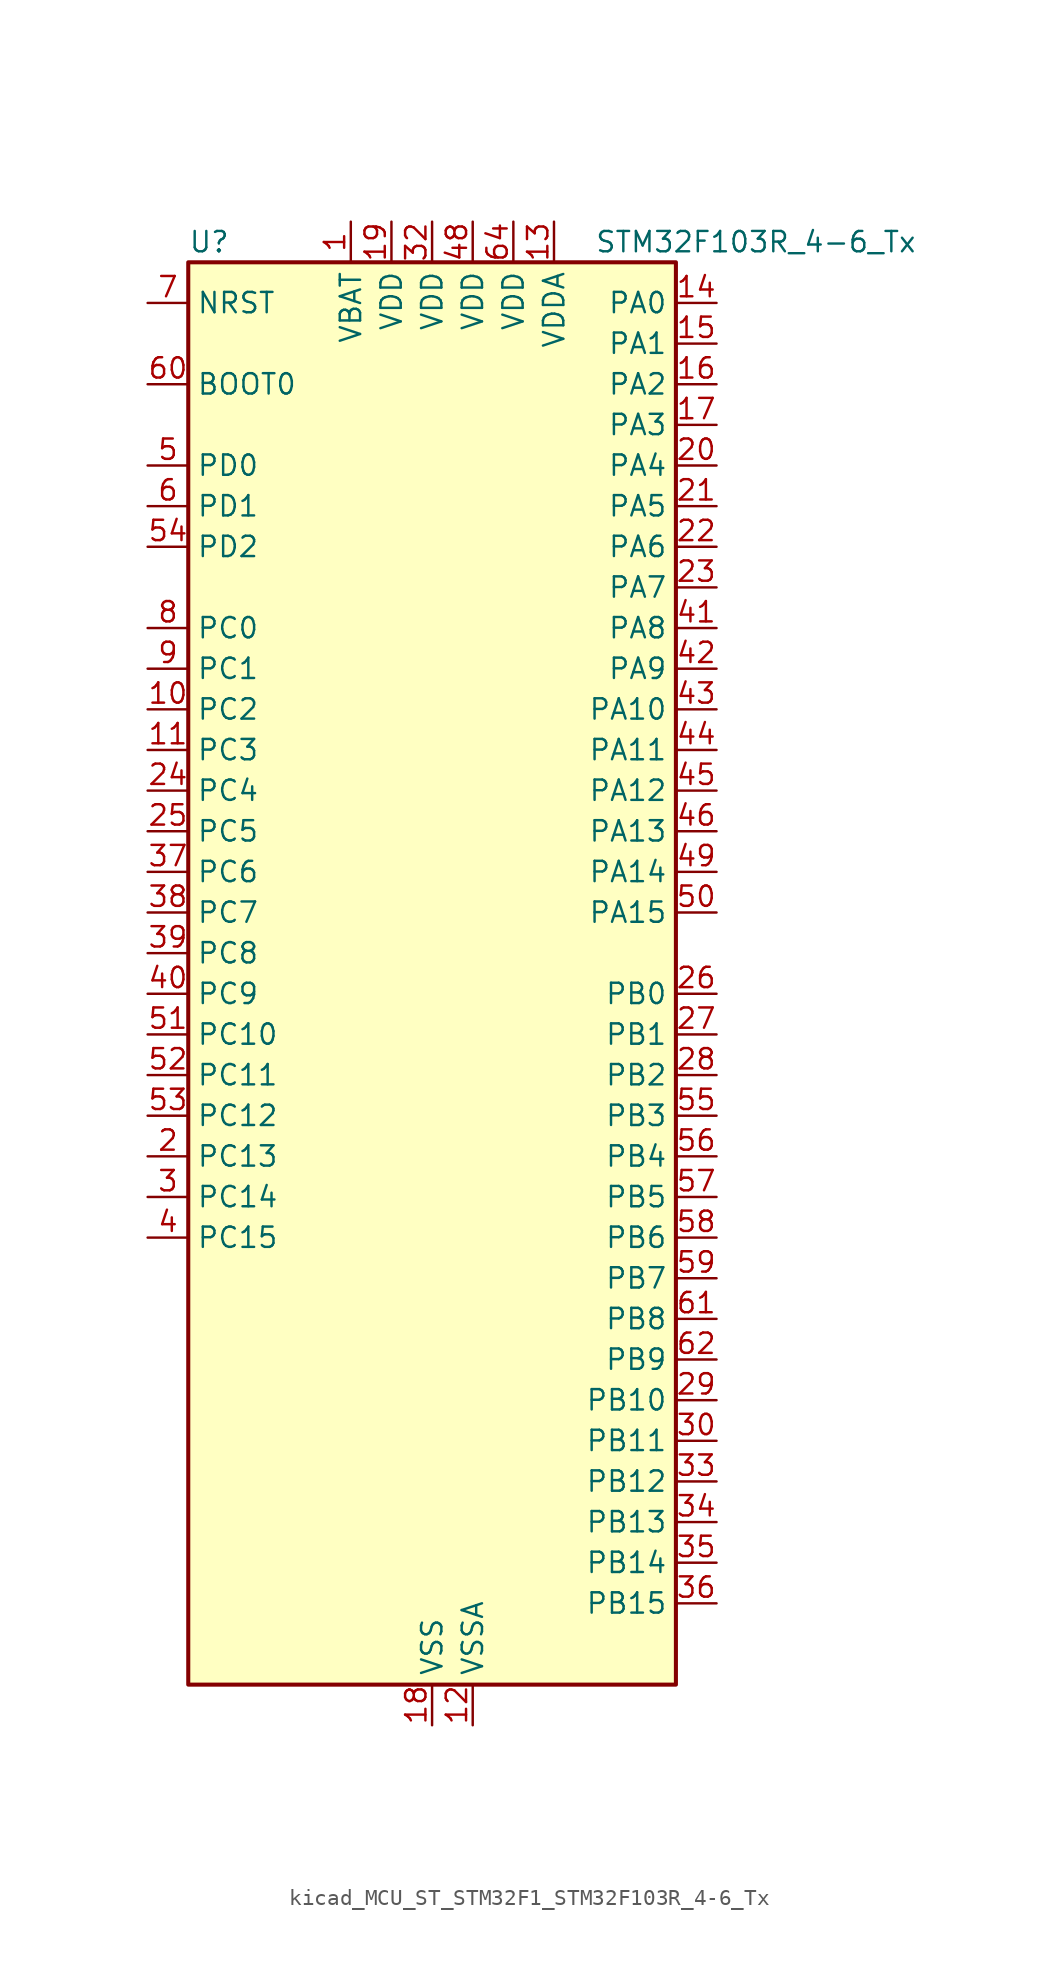
<source format=kicad_sym>
(kicad_symbol_lib
  (version 20220914)
  (generator kicad_symbol_editor)
  (symbol "kicad_MCU_ST_STM32F1_STM32F103R_4-6_Tx"
    (property "Reference" "U"
      (at -15.24 46.99 0)
      (effects (font (size 1.27 1.27)) (justify left)))
    (property "Value" "STM32F103R_4-6_Tx"
      (at 10.16 46.99 0)
      (effects (font (size 1.27 1.27)) (justify left)))
    (property "ki_locked" ""
      (at 0 0 0)
      (effects (font (size 1.27 1.27))))
    (symbol "kicad_MCU_ST_STM32F1_STM32F103R_4-6_Tx_0_1"
      (rectangle (start -15.24 -43.18) (end 15.24 45.72) (stroke (width 0.254) (type default)) (fill (type background))))
    (symbol "kicad_MCU_ST_STM32F1_STM32F103R_4-6_Tx_1_1"
      (pin power_in line (at -5.08 48.26 270) (length 2.54) (name "VBAT" (effects (font (size 1.27 1.27)))) (number "1" (effects (font (size 1.27 1.27)))))
      (pin bidirectional line (at -17.78 17.78 0) (length 2.54) (name "PC2" (effects (font (size 1.27 1.27)))) (number "10" (effects (font (size 1.27 1.27)))) (alternate "ADC1_IN12" bidirectional line) (alternate "ADC2_IN12" bidirectional line))
      (pin bidirectional line (at -17.78 15.24 0) (length 2.54) (name "PC3" (effects (font (size 1.27 1.27)))) (number "11" (effects (font (size 1.27 1.27)))) (alternate "ADC1_IN13" bidirectional line) (alternate "ADC2_IN13" bidirectional line))
      (pin power_in line (at 2.54 -45.72 90) (length 2.54) (name "VSSA" (effects (font (size 1.27 1.27)))) (number "12" (effects (font (size 1.27 1.27)))))
      (pin power_in line (at 7.62 48.26 270) (length 2.54) (name "VDDA" (effects (font (size 1.27 1.27)))) (number "13" (effects (font (size 1.27 1.27)))))
      (pin bidirectional line (at 17.78 43.18 180) (length 2.54) (name "PA0" (effects (font (size 1.27 1.27)))) (number "14" (effects (font (size 1.27 1.27)))) (alternate "ADC1_IN0" bidirectional line) (alternate "ADC2_IN0" bidirectional line) (alternate "SYS_WKUP" bidirectional line) (alternate "TIM2_CH1" bidirectional line) (alternate "TIM2_ETR" bidirectional line) (alternate "USART2_CTS" bidirectional line))
      (pin bidirectional line (at 17.78 40.64 180) (length 2.54) (name "PA1" (effects (font (size 1.27 1.27)))) (number "15" (effects (font (size 1.27 1.27)))) (alternate "ADC1_IN1" bidirectional line) (alternate "ADC2_IN1" bidirectional line) (alternate "TIM2_CH2" bidirectional line) (alternate "USART2_RTS" bidirectional line))
      (pin bidirectional line (at 17.78 38.1 180) (length 2.54) (name "PA2" (effects (font (size 1.27 1.27)))) (number "16" (effects (font (size 1.27 1.27)))) (alternate "ADC1_IN2" bidirectional line) (alternate "ADC2_IN2" bidirectional line) (alternate "TIM2_CH3" bidirectional line) (alternate "USART2_TX" bidirectional line))
      (pin bidirectional line (at 17.78 35.56 180) (length 2.54) (name "PA3" (effects (font (size 1.27 1.27)))) (number "17" (effects (font (size 1.27 1.27)))) (alternate "ADC1_IN3" bidirectional line) (alternate "ADC2_IN3" bidirectional line) (alternate "TIM2_CH4" bidirectional line) (alternate "USART2_RX" bidirectional line))
      (pin power_in line (at 0 -45.72 90) (length 2.54) (name "VSS" (effects (font (size 1.27 1.27)))) (number "18" (effects (font (size 1.27 1.27)))))
      (pin power_in line (at -2.54 48.26 270) (length 2.54) (name "VDD" (effects (font (size 1.27 1.27)))) (number "19" (effects (font (size 1.27 1.27)))))
      (pin bidirectional line (at -17.78 -10.16 0) (length 2.54) (name "PC13" (effects (font (size 1.27 1.27)))) (number "2" (effects (font (size 1.27 1.27)))) (alternate "RTC_OUT" bidirectional line) (alternate "RTC_TAMPER" bidirectional line))
      (pin bidirectional line (at 17.78 33.02 180) (length 2.54) (name "PA4" (effects (font (size 1.27 1.27)))) (number "20" (effects (font (size 1.27 1.27)))) (alternate "ADC1_IN4" bidirectional line) (alternate "ADC2_IN4" bidirectional line) (alternate "SPI1_NSS" bidirectional line) (alternate "USART2_CK" bidirectional line))
      (pin bidirectional line (at 17.78 30.48 180) (length 2.54) (name "PA5" (effects (font (size 1.27 1.27)))) (number "21" (effects (font (size 1.27 1.27)))) (alternate "ADC1_IN5" bidirectional line) (alternate "ADC2_IN5" bidirectional line) (alternate "SPI1_SCK" bidirectional line))
      (pin bidirectional line (at 17.78 27.94 180) (length 2.54) (name "PA6" (effects (font (size 1.27 1.27)))) (number "22" (effects (font (size 1.27 1.27)))) (alternate "ADC1_IN6" bidirectional line) (alternate "ADC2_IN6" bidirectional line) (alternate "SPI1_MISO" bidirectional line) (alternate "TIM1_BKIN" bidirectional line) (alternate "TIM3_CH1" bidirectional line))
      (pin bidirectional line (at 17.78 25.4 180) (length 2.54) (name "PA7" (effects (font (size 1.27 1.27)))) (number "23" (effects (font (size 1.27 1.27)))) (alternate "ADC1_IN7" bidirectional line) (alternate "ADC2_IN7" bidirectional line) (alternate "SPI1_MOSI" bidirectional line) (alternate "TIM1_CH1N" bidirectional line) (alternate "TIM3_CH2" bidirectional line))
      (pin bidirectional line (at -17.78 12.7 0) (length 2.54) (name "PC4" (effects (font (size 1.27 1.27)))) (number "24" (effects (font (size 1.27 1.27)))) (alternate "ADC1_IN14" bidirectional line) (alternate "ADC2_IN14" bidirectional line))
      (pin bidirectional line (at -17.78 10.16 0) (length 2.54) (name "PC5" (effects (font (size 1.27 1.27)))) (number "25" (effects (font (size 1.27 1.27)))) (alternate "ADC1_IN15" bidirectional line) (alternate "ADC2_IN15" bidirectional line))
      (pin bidirectional line (at 17.78 0 180) (length 2.54) (name "PB0" (effects (font (size 1.27 1.27)))) (number "26" (effects (font (size 1.27 1.27)))) (alternate "ADC1_IN8" bidirectional line) (alternate "ADC2_IN8" bidirectional line) (alternate "TIM1_CH2N" bidirectional line) (alternate "TIM3_CH3" bidirectional line))
      (pin bidirectional line (at 17.78 -2.54 180) (length 2.54) (name "PB1" (effects (font (size 1.27 1.27)))) (number "27" (effects (font (size 1.27 1.27)))) (alternate "ADC1_IN9" bidirectional line) (alternate "ADC2_IN9" bidirectional line) (alternate "TIM1_CH3N" bidirectional line) (alternate "TIM3_CH4" bidirectional line))
      (pin bidirectional line (at 17.78 -5.08 180) (length 2.54) (name "PB2" (effects (font (size 1.27 1.27)))) (number "28" (effects (font (size 1.27 1.27)))))
      (pin bidirectional line (at 17.78 -25.4 180) (length 2.54) (name "PB10" (effects (font (size 1.27 1.27)))) (number "29" (effects (font (size 1.27 1.27)))) (alternate "TIM2_CH3" bidirectional line))
      (pin bidirectional line (at -17.78 -12.7 0) (length 2.54) (name "PC14" (effects (font (size 1.27 1.27)))) (number "3" (effects (font (size 1.27 1.27)))) (alternate "RCC_OSC32_IN" bidirectional line))
      (pin bidirectional line (at 17.78 -27.94 180) (length 2.54) (name "PB11" (effects (font (size 1.27 1.27)))) (number "30" (effects (font (size 1.27 1.27)))) (alternate "ADC1_EXTI11" bidirectional line) (alternate "ADC2_EXTI11" bidirectional line) (alternate "TIM2_CH4" bidirectional line))
      (pin passive line (at 0 -45.72 90) (length 2.54) hide (name "VSS" (effects (font (size 1.27 1.27)))) (number "31" (effects (font (size 1.27 1.27)))))
      (pin power_in line (at 0 48.26 270) (length 2.54) (name "VDD" (effects (font (size 1.27 1.27)))) (number "32" (effects (font (size 1.27 1.27)))))
      (pin bidirectional line (at 17.78 -30.48 180) (length 2.54) (name "PB12" (effects (font (size 1.27 1.27)))) (number "33" (effects (font (size 1.27 1.27)))) (alternate "TIM1_BKIN" bidirectional line))
      (pin bidirectional line (at 17.78 -33.02 180) (length 2.54) (name "PB13" (effects (font (size 1.27 1.27)))) (number "34" (effects (font (size 1.27 1.27)))) (alternate "TIM1_CH1N" bidirectional line))
      (pin bidirectional line (at 17.78 -35.56 180) (length 2.54) (name "PB14" (effects (font (size 1.27 1.27)))) (number "35" (effects (font (size 1.27 1.27)))) (alternate "TIM1_CH2N" bidirectional line))
      (pin bidirectional line (at 17.78 -38.1 180) (length 2.54) (name "PB15" (effects (font (size 1.27 1.27)))) (number "36" (effects (font (size 1.27 1.27)))) (alternate "ADC1_EXTI15" bidirectional line) (alternate "ADC2_EXTI15" bidirectional line) (alternate "TIM1_CH3N" bidirectional line))
      (pin bidirectional line (at -17.78 7.62 0) (length 2.54) (name "PC6" (effects (font (size 1.27 1.27)))) (number "37" (effects (font (size 1.27 1.27)))) (alternate "TIM3_CH1" bidirectional line))
      (pin bidirectional line (at -17.78 5.08 0) (length 2.54) (name "PC7" (effects (font (size 1.27 1.27)))) (number "38" (effects (font (size 1.27 1.27)))) (alternate "TIM3_CH2" bidirectional line))
      (pin bidirectional line (at -17.78 2.54 0) (length 2.54) (name "PC8" (effects (font (size 1.27 1.27)))) (number "39" (effects (font (size 1.27 1.27)))) (alternate "TIM3_CH3" bidirectional line))
      (pin bidirectional line (at -17.78 -15.24 0) (length 2.54) (name "PC15" (effects (font (size 1.27 1.27)))) (number "4" (effects (font (size 1.27 1.27)))) (alternate "ADC1_EXTI15" bidirectional line) (alternate "ADC2_EXTI15" bidirectional line) (alternate "RCC_OSC32_OUT" bidirectional line))
      (pin bidirectional line (at -17.78 0 0) (length 2.54) (name "PC9" (effects (font (size 1.27 1.27)))) (number "40" (effects (font (size 1.27 1.27)))) (alternate "TIM3_CH4" bidirectional line))
      (pin bidirectional line (at 17.78 22.86 180) (length 2.54) (name "PA8" (effects (font (size 1.27 1.27)))) (number "41" (effects (font (size 1.27 1.27)))) (alternate "RCC_MCO" bidirectional line) (alternate "TIM1_CH1" bidirectional line) (alternate "USART1_CK" bidirectional line))
      (pin bidirectional line (at 17.78 20.32 180) (length 2.54) (name "PA9" (effects (font (size 1.27 1.27)))) (number "42" (effects (font (size 1.27 1.27)))) (alternate "TIM1_CH2" bidirectional line) (alternate "USART1_TX" bidirectional line))
      (pin bidirectional line (at 17.78 17.78 180) (length 2.54) (name "PA10" (effects (font (size 1.27 1.27)))) (number "43" (effects (font (size 1.27 1.27)))) (alternate "TIM1_CH3" bidirectional line) (alternate "USART1_RX" bidirectional line))
      (pin bidirectional line (at 17.78 15.24 180) (length 2.54) (name "PA11" (effects (font (size 1.27 1.27)))) (number "44" (effects (font (size 1.27 1.27)))) (alternate "ADC1_EXTI11" bidirectional line) (alternate "ADC2_EXTI11" bidirectional line) (alternate "CAN_RX" bidirectional line) (alternate "TIM1_CH4" bidirectional line) (alternate "USART1_CTS" bidirectional line) (alternate "USB_DM" bidirectional line))
      (pin bidirectional line (at 17.78 12.7 180) (length 2.54) (name "PA12" (effects (font (size 1.27 1.27)))) (number "45" (effects (font (size 1.27 1.27)))) (alternate "CAN_TX" bidirectional line) (alternate "TIM1_ETR" bidirectional line) (alternate "USART1_RTS" bidirectional line) (alternate "USB_DP" bidirectional line))
      (pin bidirectional line (at 17.78 10.16 180) (length 2.54) (name "PA13" (effects (font (size 1.27 1.27)))) (number "46" (effects (font (size 1.27 1.27)))) (alternate "SYS_JTMS-SWDIO" bidirectional line))
      (pin passive line (at 0 -45.72 90) (length 2.54) hide (name "VSS" (effects (font (size 1.27 1.27)))) (number "47" (effects (font (size 1.27 1.27)))))
      (pin power_in line (at 2.54 48.26 270) (length 2.54) (name "VDD" (effects (font (size 1.27 1.27)))) (number "48" (effects (font (size 1.27 1.27)))))
      (pin bidirectional line (at 17.78 7.62 180) (length 2.54) (name "PA14" (effects (font (size 1.27 1.27)))) (number "49" (effects (font (size 1.27 1.27)))) (alternate "SYS_JTCK-SWCLK" bidirectional line))
      (pin bidirectional line (at -17.78 33.02 0) (length 2.54) (name "PD0" (effects (font (size 1.27 1.27)))) (number "5" (effects (font (size 1.27 1.27)))) (alternate "RCC_OSC_IN" bidirectional line))
      (pin bidirectional line (at 17.78 5.08 180) (length 2.54) (name "PA15" (effects (font (size 1.27 1.27)))) (number "50" (effects (font (size 1.27 1.27)))) (alternate "ADC1_EXTI15" bidirectional line) (alternate "ADC2_EXTI15" bidirectional line) (alternate "SPI1_NSS" bidirectional line) (alternate "SYS_JTDI" bidirectional line) (alternate "TIM2_CH1" bidirectional line) (alternate "TIM2_ETR" bidirectional line))
      (pin bidirectional line (at -17.78 -2.54 0) (length 2.54) (name "PC10" (effects (font (size 1.27 1.27)))) (number "51" (effects (font (size 1.27 1.27)))))
      (pin bidirectional line (at -17.78 -5.08 0) (length 2.54) (name "PC11" (effects (font (size 1.27 1.27)))) (number "52" (effects (font (size 1.27 1.27)))) (alternate "ADC1_EXTI11" bidirectional line) (alternate "ADC2_EXTI11" bidirectional line))
      (pin bidirectional line (at -17.78 -7.62 0) (length 2.54) (name "PC12" (effects (font (size 1.27 1.27)))) (number "53" (effects (font (size 1.27 1.27)))))
      (pin bidirectional line (at -17.78 27.94 0) (length 2.54) (name "PD2" (effects (font (size 1.27 1.27)))) (number "54" (effects (font (size 1.27 1.27)))) (alternate "TIM3_ETR" bidirectional line))
      (pin bidirectional line (at 17.78 -7.62 180) (length 2.54) (name "PB3" (effects (font (size 1.27 1.27)))) (number "55" (effects (font (size 1.27 1.27)))) (alternate "SPI1_SCK" bidirectional line) (alternate "SYS_JTDO-TRACESWO" bidirectional line) (alternate "TIM2_CH2" bidirectional line))
      (pin bidirectional line (at 17.78 -10.16 180) (length 2.54) (name "PB4" (effects (font (size 1.27 1.27)))) (number "56" (effects (font (size 1.27 1.27)))) (alternate "SPI1_MISO" bidirectional line) (alternate "SYS_NJTRST" bidirectional line) (alternate "TIM3_CH1" bidirectional line))
      (pin bidirectional line (at 17.78 -12.7 180) (length 2.54) (name "PB5" (effects (font (size 1.27 1.27)))) (number "57" (effects (font (size 1.27 1.27)))) (alternate "I2C1_SMBA" bidirectional line) (alternate "SPI1_MOSI" bidirectional line) (alternate "TIM3_CH2" bidirectional line))
      (pin bidirectional line (at 17.78 -15.24 180) (length 2.54) (name "PB6" (effects (font (size 1.27 1.27)))) (number "58" (effects (font (size 1.27 1.27)))) (alternate "I2C1_SCL" bidirectional line) (alternate "USART1_TX" bidirectional line))
      (pin bidirectional line (at 17.78 -17.78 180) (length 2.54) (name "PB7" (effects (font (size 1.27 1.27)))) (number "59" (effects (font (size 1.27 1.27)))) (alternate "I2C1_SDA" bidirectional line) (alternate "USART1_RX" bidirectional line))
      (pin bidirectional line (at -17.78 30.48 0) (length 2.54) (name "PD1" (effects (font (size 1.27 1.27)))) (number "6" (effects (font (size 1.27 1.27)))) (alternate "RCC_OSC_OUT" bidirectional line))
      (pin input line (at -17.78 38.1 0) (length 2.54) (name "BOOT0" (effects (font (size 1.27 1.27)))) (number "60" (effects (font (size 1.27 1.27)))))
      (pin bidirectional line (at 17.78 -20.32 180) (length 2.54) (name "PB8" (effects (font (size 1.27 1.27)))) (number "61" (effects (font (size 1.27 1.27)))) (alternate "CAN_RX" bidirectional line) (alternate "I2C1_SCL" bidirectional line))
      (pin bidirectional line (at 17.78 -22.86 180) (length 2.54) (name "PB9" (effects (font (size 1.27 1.27)))) (number "62" (effects (font (size 1.27 1.27)))) (alternate "CAN_TX" bidirectional line) (alternate "I2C1_SDA" bidirectional line))
      (pin passive line (at 0 -45.72 90) (length 2.54) hide (name "VSS" (effects (font (size 1.27 1.27)))) (number "63" (effects (font (size 1.27 1.27)))))
      (pin power_in line (at 5.08 48.26 270) (length 2.54) (name "VDD" (effects (font (size 1.27 1.27)))) (number "64" (effects (font (size 1.27 1.27)))))
      (pin input line (at -17.78 43.18 0) (length 2.54) (name "NRST" (effects (font (size 1.27 1.27)))) (number "7" (effects (font (size 1.27 1.27)))))
      (pin bidirectional line (at -17.78 22.86 0) (length 2.54) (name "PC0" (effects (font (size 1.27 1.27)))) (number "8" (effects (font (size 1.27 1.27)))) (alternate "ADC1_IN10" bidirectional line) (alternate "ADC2_IN10" bidirectional line))
      (pin bidirectional line (at -17.78 20.32 0) (length 2.54) (name "PC1" (effects (font (size 1.27 1.27)))) (number "9" (effects (font (size 1.27 1.27)))) (alternate "ADC1_IN11" bidirectional line) (alternate "ADC2_IN11" bidirectional line)))))
</source>
